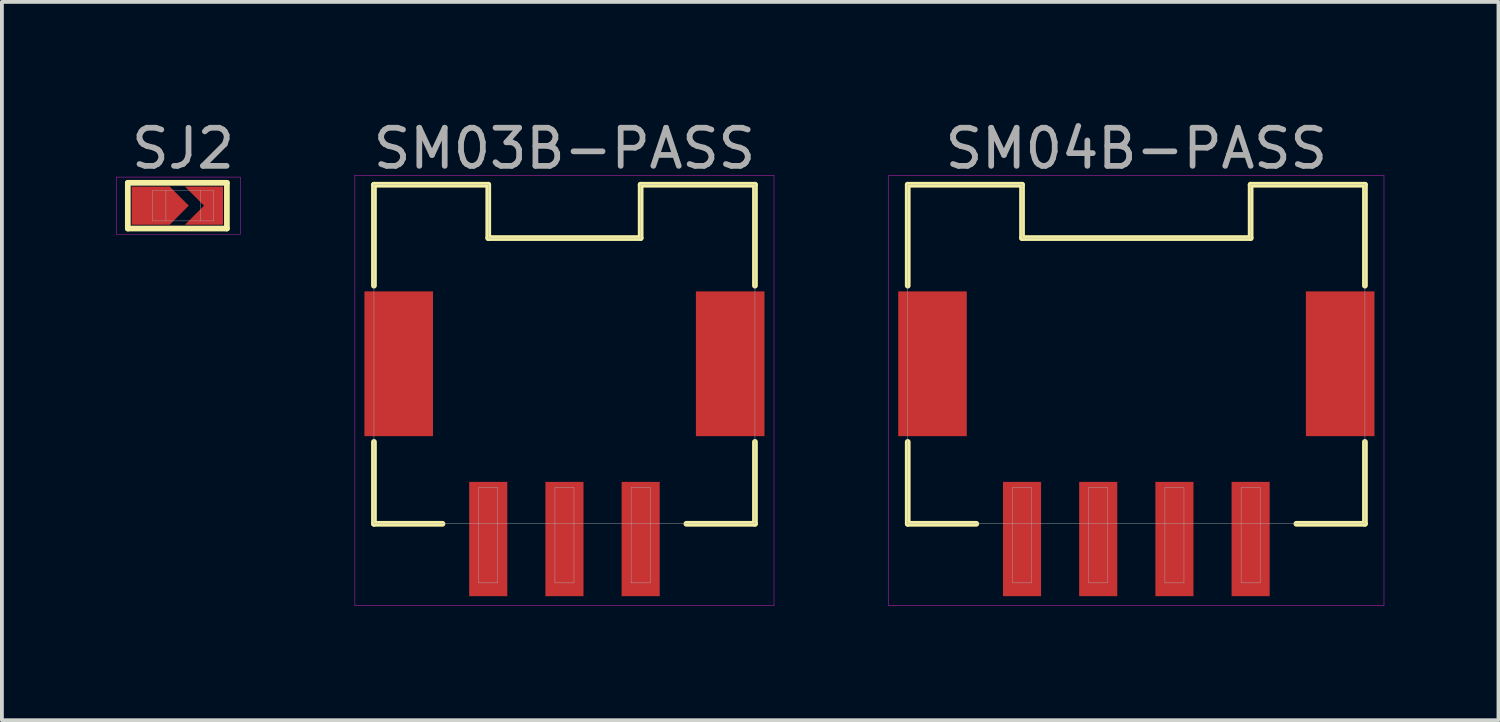
<source format=kicad_pcb>
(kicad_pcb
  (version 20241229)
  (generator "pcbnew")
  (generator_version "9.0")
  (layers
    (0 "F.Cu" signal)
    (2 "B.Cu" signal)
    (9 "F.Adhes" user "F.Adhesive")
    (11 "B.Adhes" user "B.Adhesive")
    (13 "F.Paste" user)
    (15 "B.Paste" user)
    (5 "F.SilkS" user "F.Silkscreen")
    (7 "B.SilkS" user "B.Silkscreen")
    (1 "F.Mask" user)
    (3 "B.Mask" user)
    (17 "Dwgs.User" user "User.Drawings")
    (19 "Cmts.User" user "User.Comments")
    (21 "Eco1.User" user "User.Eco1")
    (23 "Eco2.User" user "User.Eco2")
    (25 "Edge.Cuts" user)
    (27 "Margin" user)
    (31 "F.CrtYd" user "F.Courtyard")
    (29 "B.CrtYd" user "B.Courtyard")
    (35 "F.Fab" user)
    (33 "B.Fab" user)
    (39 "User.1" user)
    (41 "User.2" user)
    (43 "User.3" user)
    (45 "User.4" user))
  (footprint "SM04B-PASS"
    (layer "F.Cu")
    (at 26.775 9.748)
    (property "Reference" "SM04B-PASS" (at 0 -8.9 0) (layer "F.Fab") (effects (font (size 1 1) (thickness 0.15))))
    (attr through_hole)
    (fp_line (start -6 -7.95) (end -6 -5.3) (stroke (width 0.15) (type solid)) (layer "F.SilkS"))
    (fp_line (start -6 -7.95) (end -3 -7.95) (stroke (width 0.15) (type solid)) (layer "F.SilkS"))
    (fp_line (start -6 0.95) (end -6 -1.2) (stroke (width 0.15) (type solid)) (layer "F.SilkS"))
    (fp_line (start -6 0.95) (end -4.2 0.95) (stroke (width 0.15) (type solid)) (layer "F.SilkS"))
    (fp_line (start -3 -7.95) (end -3 -6.55) (stroke (width 0.15) (type solid)) (layer "F.SilkS"))
    (fp_line (start -3 -6.55) (end 3 -6.55) (stroke (width 0.15) (type solid)) (layer "F.SilkS"))
    (fp_line (start 3 -7.95) (end 6 -7.95) (stroke (width 0.15) (type solid)) (layer "F.SilkS"))
    (fp_line (start 3 -6.55) (end 3 -7.95) (stroke (width 0.15) (type solid)) (layer "F.SilkS"))
    (fp_line (start 6 -7.95) (end 6 -5.3) (stroke (width 0.15) (type solid)) (layer "F.SilkS"))
    (fp_line (start 6 0.95) (end 4.2 0.95) (stroke (width 0.15) (type solid)) (layer "F.SilkS"))
    (fp_line (start 6 0.95) (end 6 -1.2) (stroke (width 0.15) (type solid)) (layer "F.SilkS"))
    (fp_line (start -6.5 -8.2) (end 6.5 -8.2) (stroke (width 0.01) (type solid)) (layer "F.CrtYd"))
    (fp_line (start -6.5 3.1) (end -6.5 -8.2) (stroke (width 0.01) (type solid)) (layer "F.CrtYd"))
    (fp_line (start 6.5 -8.2) (end 6.5 3.1) (stroke (width 0.01) (type solid)) (layer "F.CrtYd"))
    (fp_line (start 6.5 3.1) (end -6.5 3.1) (stroke (width 0.01) (type solid)) (layer "F.CrtYd"))
    (fp_line (start -6 -7.95) (end -3 -7.95) (stroke (width 0.01) (type solid)) (layer "F.Fab"))
    (fp_line (start -6 0.95) (end -6 -7.95) (stroke (width 0.01) (type solid)) (layer "F.Fab"))
    (fp_line (start -3.25 0) (end -2.75 0) (stroke (width 0.01) (type solid)) (layer "F.Fab"))
    (fp_line (start -3.25 2.5) (end -3.25 0) (stroke (width 0.01) (type solid)) (layer "F.Fab"))
    (fp_line (start -3 -7.95) (end -3 -6.55) (stroke (width 0.01) (type solid)) (layer "F.Fab"))
    (fp_line (start -3 -6.55) (end 3 -6.55) (stroke (width 0.01) (type solid)) (layer "F.Fab"))
    (fp_line (start -2.75 0) (end -2.75 2.5) (stroke (width 0.01) (type solid)) (layer "F.Fab"))
    (fp_line (start -2.75 2.5) (end -3.25 2.5) (stroke (width 0.01) (type solid)) (layer "F.Fab"))
    (fp_line (start -1.25 0) (end -0.75 0) (stroke (width 0.01) (type solid)) (layer "F.Fab"))
    (fp_line (start -1.25 2.5) (end -1.25 0) (stroke (width 0.01) (type solid)) (layer "F.Fab"))
    (fp_line (start -0.75 0) (end -0.75 2.5) (stroke (width 0.01) (type solid)) (layer "F.Fab"))
    (fp_line (start -0.75 2.5) (end -1.25 2.5) (stroke (width 0.01) (type solid)) (layer "F.Fab"))
    (fp_line (start 0.75 0) (end 1.25 0) (stroke (width 0.01) (type solid)) (layer "F.Fab"))
    (fp_line (start 0.75 2.5) (end 0.75 0) (stroke (width 0.01) (type solid)) (layer "F.Fab"))
    (fp_line (start 1.25 0) (end 1.25 2.5) (stroke (width 0.01) (type solid)) (layer "F.Fab"))
    (fp_line (start 1.25 2.5) (end 0.75 2.5) (stroke (width 0.01) (type solid)) (layer "F.Fab"))
    (fp_line (start 2.75 0) (end 3.25 0) (stroke (width 0.01) (type solid)) (layer "F.Fab"))
    (fp_line (start 2.75 2.5) (end 2.75 0) (stroke (width 0.01) (type solid)) (layer "F.Fab"))
    (fp_line (start 3 -7.95) (end 6 -7.95) (stroke (width 0.01) (type solid)) (layer "F.Fab"))
    (fp_line (start 3 -6.55) (end 3 -7.95) (stroke (width 0.01) (type solid)) (layer "F.Fab"))
    (fp_line (start 3.25 0) (end 3.25 2.5) (stroke (width 0.01) (type solid)) (layer "F.Fab"))
    (fp_line (start 3.25 2.5) (end 2.75 2.5) (stroke (width 0.01) (type solid)) (layer "F.Fab"))
    (fp_line (start 6 -7.95) (end 6 0.95) (stroke (width 0.01) (type solid)) (layer "F.Fab"))
    (fp_line (start 6 0.95) (end -6 0.95) (stroke (width 0.01) (type solid)) (layer "F.Fab"))
    (pad "" smd rect (at -5.35 -3.25) (size 1.8 3.8) (layers "F.Cu" "F.Mask" "F.Paste"))
    (pad "" smd rect (at 5.35 -3.25) (size 1.8 3.8) (layers "F.Cu" "F.Mask" "F.Paste"))
    (pad "1" smd rect (at 3 1.35) (size 1 3) (layers "F.Cu" "F.Mask" "F.Paste"))
    (pad "2" smd rect (at 1 1.35) (size 1 3) (layers "F.Cu" "F.Mask" "F.Paste"))
    (pad "3" smd rect (at -1 1.35) (size 1 3) (layers "F.Cu" "F.Mask" "F.Paste"))
    (pad "4" smd rect (at -3 1.35) (size 1 3) (layers "F.Cu" "F.Mask" "F.Paste")))
  (footprint "SM03B-PASS"
    (layer "F.Cu")
    (at 11.765 9.748)
    (property "Reference" "SM03B-PASS" (at 0 -8.9 0) (layer "F.Fab") (effects (font (size 1 1) (thickness 0.15))))
    (attr through_hole)
    (fp_line (start -5 -7.95) (end -5 -5.3) (stroke (width 0.15) (type solid)) (layer "F.SilkS"))
    (fp_line (start -5 -7.95) (end -2 -7.95) (stroke (width 0.15) (type solid)) (layer "F.SilkS"))
    (fp_line (start -5 0.95) (end -5 -1.2) (stroke (width 0.15) (type solid)) (layer "F.SilkS"))
    (fp_line (start -5 0.95) (end -3.2 0.95) (stroke (width 0.15) (type solid)) (layer "F.SilkS"))
    (fp_line (start -2 -7.95) (end -2 -6.55) (stroke (width 0.15) (type solid)) (layer "F.SilkS"))
    (fp_line (start -2 -6.55) (end 2 -6.55) (stroke (width 0.15) (type solid)) (layer "F.SilkS"))
    (fp_line (start 2 -7.95) (end 5 -7.95) (stroke (width 0.15) (type solid)) (layer "F.SilkS"))
    (fp_line (start 2 -6.55) (end 2 -7.95) (stroke (width 0.15) (type solid)) (layer "F.SilkS"))
    (fp_line (start 5 -7.95) (end 5 -5.3) (stroke (width 0.15) (type solid)) (layer "F.SilkS"))
    (fp_line (start 5 0.95) (end 3.2 0.95) (stroke (width 0.15) (type solid)) (layer "F.SilkS"))
    (fp_line (start 5 0.95) (end 5 -1.2) (stroke (width 0.15) (type solid)) (layer "F.SilkS"))
    (fp_line (start -5.5 -8.2) (end 5.5 -8.2) (stroke (width 0.01) (type solid)) (layer "F.CrtYd"))
    (fp_line (start -5.5 3.1) (end -5.5 -8.2) (stroke (width 0.01) (type solid)) (layer "F.CrtYd"))
    (fp_line (start 5.5 -8.2) (end 5.5 3.1) (stroke (width 0.01) (type solid)) (layer "F.CrtYd"))
    (fp_line (start 5.5 3.1) (end -5.5 3.1) (stroke (width 0.01) (type solid)) (layer "F.CrtYd"))
    (fp_line (start -5 -7.95) (end -2 -7.95) (stroke (width 0.01) (type solid)) (layer "F.Fab"))
    (fp_line (start -5 0.95) (end -5 -7.95) (stroke (width 0.01) (type solid)) (layer "F.Fab"))
    (fp_line (start -2.25 0) (end -1.75 0) (stroke (width 0.01) (type solid)) (layer "F.Fab"))
    (fp_line (start -2.25 2.5) (end -2.25 0) (stroke (width 0.01) (type solid)) (layer "F.Fab"))
    (fp_line (start -2 -7.95) (end -2 -6.55) (stroke (width 0.01) (type solid)) (layer "F.Fab"))
    (fp_line (start -2 -6.55) (end 2 -6.55) (stroke (width 0.01) (type solid)) (layer "F.Fab"))
    (fp_line (start -1.75 0) (end -1.75 2.5) (stroke (width 0.01) (type solid)) (layer "F.Fab"))
    (fp_line (start -1.75 2.5) (end -2.25 2.5) (stroke (width 0.01) (type solid)) (layer "F.Fab"))
    (fp_line (start -0.25 0) (end 0.25 0) (stroke (width 0.01) (type solid)) (layer "F.Fab"))
    (fp_line (start -0.25 2.5) (end -0.25 0) (stroke (width 0.01) (type solid)) (layer "F.Fab"))
    (fp_line (start 0.25 0) (end 0.25 2.5) (stroke (width 0.01) (type solid)) (layer "F.Fab"))
    (fp_line (start 0.25 2.5) (end -0.25 2.5) (stroke (width 0.01) (type solid)) (layer "F.Fab"))
    (fp_line (start 1.75 0) (end 2.25 0) (stroke (width 0.01) (type solid)) (layer "F.Fab"))
    (fp_line (start 1.75 2.5) (end 1.75 0) (stroke (width 0.01) (type solid)) (layer "F.Fab"))
    (fp_line (start 2 -7.95) (end 5 -7.95) (stroke (width 0.01) (type solid)) (layer "F.Fab"))
    (fp_line (start 2 -6.55) (end 2 -7.95) (stroke (width 0.01) (type solid)) (layer "F.Fab"))
    (fp_line (start 2.25 0) (end 2.25 2.5) (stroke (width 0.01) (type solid)) (layer "F.Fab"))
    (fp_line (start 2.25 2.5) (end 1.75 2.5) (stroke (width 0.01) (type solid)) (layer "F.Fab"))
    (fp_line (start 5 -7.95) (end 5 0.95) (stroke (width 0.01) (type solid)) (layer "F.Fab"))
    (fp_line (start 5 0.95) (end -5 0.95) (stroke (width 0.01) (type solid)) (layer "F.Fab"))
    (pad "" smd rect (at -4.35 -3.25) (size 1.8 3.8) (layers "F.Cu" "F.Mask" "F.Paste"))
    (pad "" smd rect (at 4.35 -3.25) (size 1.8 3.8) (layers "F.Cu" "F.Mask" "F.Paste"))
    (pad "1" smd rect (at 2 1.35) (size 1 3) (layers "F.Cu" "F.Mask" "F.Paste"))
    (pad "2" smd rect (at 0 1.35) (size 1 3) (layers "F.Cu" "F.Mask" "F.Paste"))
    (pad "3" smd rect (at -2 1.35) (size 1 3) (layers "F.Cu" "F.Mask" "F.Paste")))
  (footprint "SJ2"
    (layer "F.Cu")
    (at 1.755 2.348)
    (property "Reference" "SJ2" (at 0 -1.5 180) (layer "F.Fab") (effects (font (size 1 1) (thickness 0.15))))
    (attr through_hole)
    (fp_line (start -1.45 -0.6) (end -1.45 0.6) (stroke (width 0.15) (type solid)) (layer "F.SilkS"))
    (fp_line (start -1.45 0.6) (end 1.15 0.6) (stroke (width 0.15) (type solid)) (layer "F.SilkS"))
    (fp_line (start 1.15 -0.6) (end -1.45 -0.6) (stroke (width 0.15) (type solid)) (layer "F.SilkS"))
    (fp_line (start 1.15 0.6) (end 1.15 -0.6) (stroke (width 0.15) (type solid)) (layer "F.SilkS"))
    (fp_line (start -1.75 -0.75) (end 1.5 -0.75) (stroke (width 0.01) (type solid)) (layer "F.CrtYd"))
    (fp_line (start -1.75 0.75) (end -1.75 -0.75) (stroke (width 0.01) (type solid)) (layer "F.CrtYd"))
    (fp_line (start 1.5 -0.75) (end 1.5 0.75) (stroke (width 0.01) (type solid)) (layer "F.CrtYd"))
    (fp_line (start 1.5 0.75) (end -1.75 0.75) (stroke (width 0.01) (type solid)) (layer "F.CrtYd"))
    (fp_line (start -0.8 -0.4) (end 0.8 -0.4) (stroke (width 0.01) (type solid)) (layer "F.Fab"))
    (fp_line (start -0.8 0.4) (end -0.8 -0.4) (stroke (width 0.01) (type solid)) (layer "F.Fab"))
    (fp_line (start -0.45 -0.4) (end -0.45 0.4) (stroke (width 0.01) (type solid)) (layer "F.Fab"))
    (fp_line (start 0.45 -0.4) (end 0.45 0.4) (stroke (width 0.01) (type solid)) (layer "F.Fab"))
    (fp_line (start 0.8 -0.4) (end 0.8 0.4) (stroke (width 0.01) (type solid)) (layer "F.Fab"))
    (fp_line (start 0.8 0.4) (end -0.8 0.4) (stroke (width 0.01) (type solid)) (layer "F.Fab"))
    (pad "" smd rect (at 0.1 0) (size 1 1) (layers "F.Mask"))
    (pad "1" smd custom (at -0.85 0) (size 1 1) (layers "F.Cu" "F.Mask") (options (anchor rect)) (primitives (gr_poly (pts (xy 0.5 0.5) (xy 1 0) (xy 0.5 -0.5)) (width 0) (fill yes))))
    (pad "2" smd custom (at 0.85 0) (size 0.4 0.4) (layers "F.Cu" "F.Mask") (options (anchor rect)) (primitives (gr_poly (pts (xy -0.8 0.5) (xy -0.3 0) (xy -0.8 -0.5) (xy 0.2 -0.5) (xy 0.2 0.5)) (width 0) (fill yes)))))
  (gr_rect
    (start -3 -3)
    (end 36.28 15.853)
    (stroke (width 0.1) (type default))
    (fill no)
    (layer "Edge.Cuts")))
</source>
